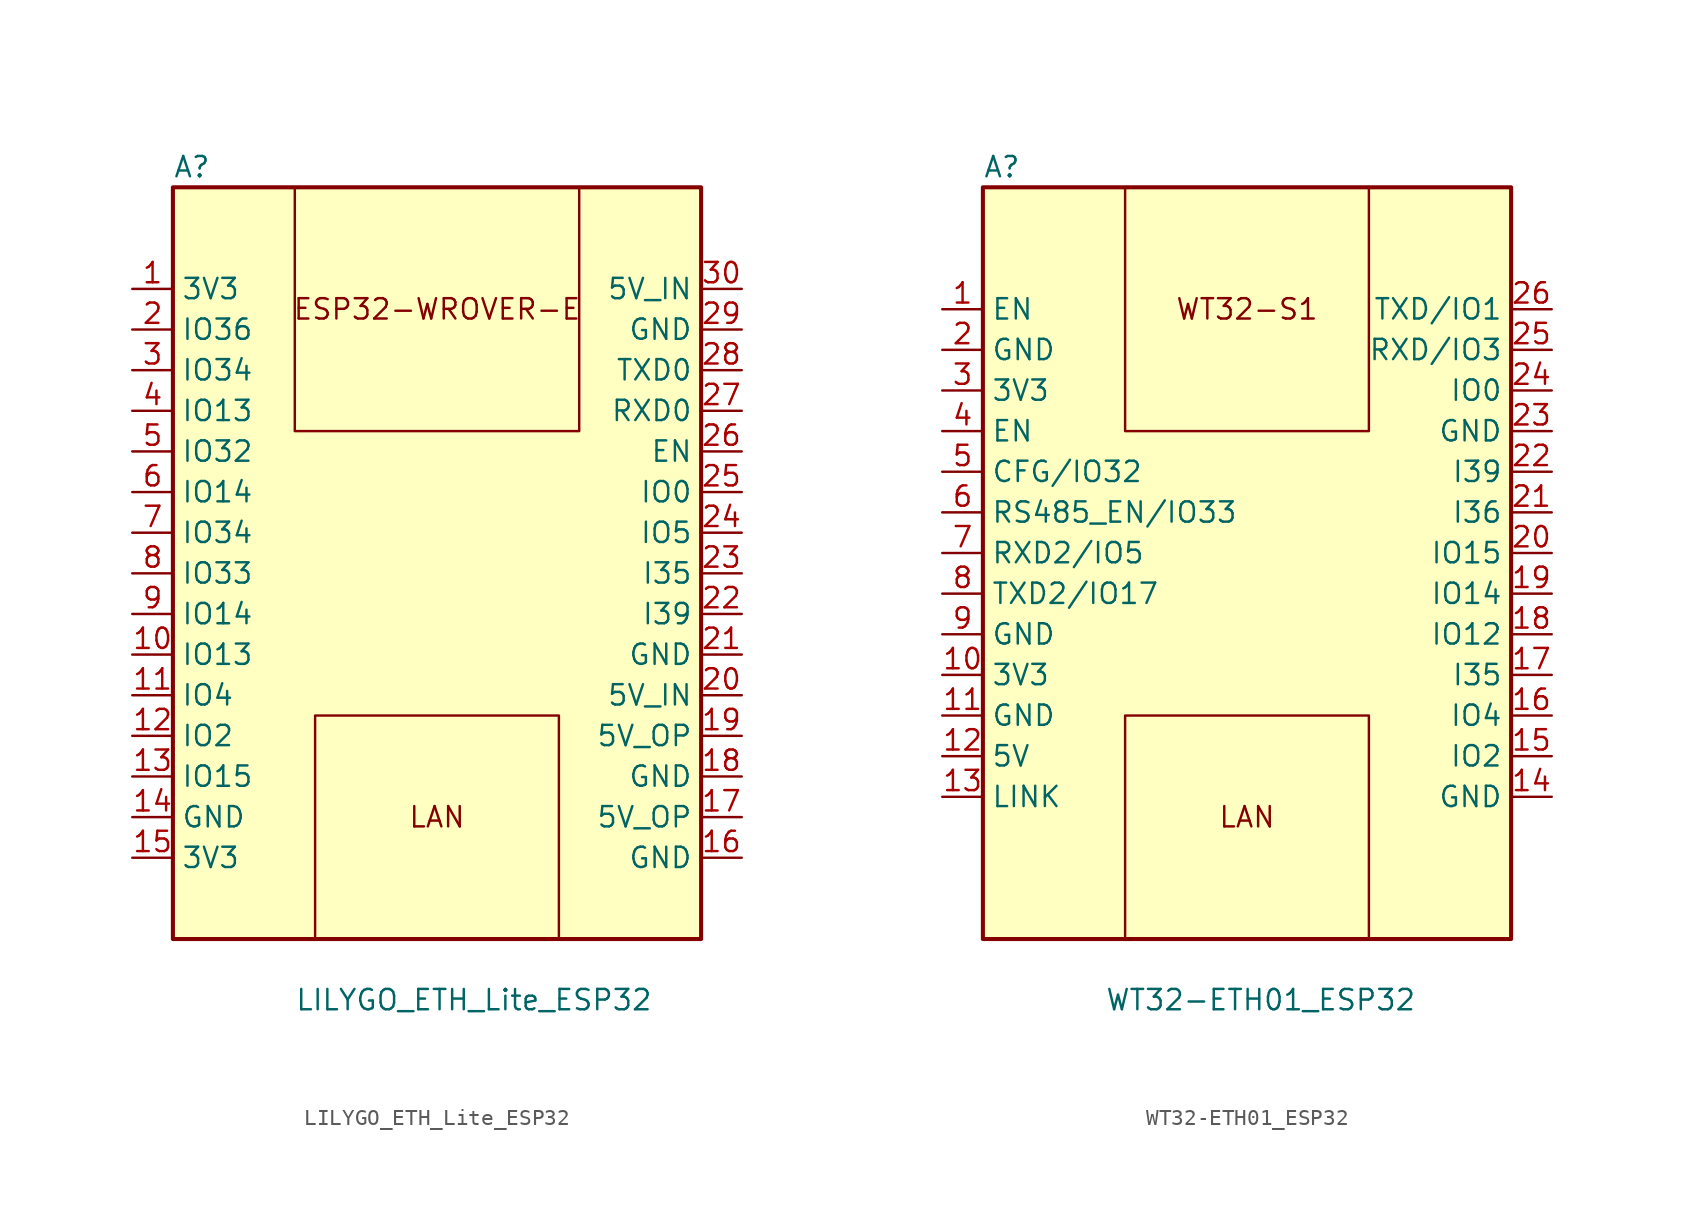
<source format=kicad_sym>
(kicad_symbol_lib
  (version 20220914)
  (generator kicad_symbol_editor)
  (symbol "LILYGO_ETH_Lite_ESP32"
    (property "Reference" "A"
      (at -10.16 29.21 0)
      (effects (font (size 1.27 1.27)) (justify left)))
    (property "Value" "LILYGO_ETH_Lite_ESP32"
      (at -2.54 -22.86 0)
      (effects (font (size 1.27 1.27)) (justify left)))
    (symbol "LILYGO_ETH_Lite_ESP32_0_1"
      (rectangle (start -10.16 27.94) (end 22.86 -19.05) (stroke (width 0.254) (type default)) (fill (type background)))
      (polyline (pts (xy -2.54 27.94) (xy -2.54 12.7) (xy 15.24 12.7) (xy 15.24 27.94)) (stroke (width 0) (type default)) (fill (type none)))
      (polyline (pts (xy -1.27 -19.05) (xy -1.27 -5.08) (xy 13.97 -5.08) (xy 13.97 -19.05)) (stroke (width 0) (type default)) (fill (type none))))
    (symbol "LILYGO_ETH_Lite_ESP32_1_1"
      (text "ESP32-WROVER-E" (at 6.35 20.32 0) (effects (font (size 1.27 1.27))))
      (text "LAN" (at 6.35 -11.43 0) (effects (font (size 1.27 1.27))))
      (pin power_in line (at -12.7 21.59 0) (length 2.54) (name "3V3" (effects (font (size 1.27 1.27)))) (number "1" (effects (font (size 1.27 1.27)))))
      (pin bidirectional line (at -12.7 -1.27 0) (length 2.54) (name "IO13" (effects (font (size 1.27 1.27)))) (number "10" (effects (font (size 1.27 1.27)))))
      (pin bidirectional line (at -12.7 -3.81 0) (length 2.54) (name "IO4" (effects (font (size 1.27 1.27)))) (number "11" (effects (font (size 1.27 1.27)))))
      (pin bidirectional line (at -12.7 -6.35 0) (length 2.54) (name "IO2" (effects (font (size 1.27 1.27)))) (number "12" (effects (font (size 1.27 1.27)))))
      (pin bidirectional line (at -12.7 -8.89 0) (length 2.54) (name "IO15" (effects (font (size 1.27 1.27)))) (number "13" (effects (font (size 1.27 1.27)))))
      (pin power_in line (at -12.7 -11.43 0) (length 2.54) (name "GND" (effects (font (size 1.27 1.27)))) (number "14" (effects (font (size 1.27 1.27)))))
      (pin power_in line (at -12.7 -13.97 0) (length 2.54) (name "3V3" (effects (font (size 1.27 1.27)))) (number "15" (effects (font (size 1.27 1.27)))))
      (pin power_in line (at 25.4 -13.97 180) (length 2.54) (name "GND" (effects (font (size 1.27 1.27)))) (number "16" (effects (font (size 1.27 1.27)))))
      (pin power_in line (at 25.4 -11.43 180) (length 2.54) (name "5V_OP" (effects (font (size 1.27 1.27)))) (number "17" (effects (font (size 1.27 1.27)))))
      (pin power_in line (at 25.4 -8.89 180) (length 2.54) (name "GND" (effects (font (size 1.27 1.27)))) (number "18" (effects (font (size 1.27 1.27)))))
      (pin power_in line (at 25.4 -6.35 180) (length 2.54) (name "5V_OP" (effects (font (size 1.27 1.27)))) (number "19" (effects (font (size 1.27 1.27)))))
      (pin input line (at -12.7 19.05 0) (length 2.54) (name "IO36" (effects (font (size 1.27 1.27)))) (number "2" (effects (font (size 1.27 1.27)))))
      (pin power_in line (at 25.4 -3.81 180) (length 2.54) (name "5V_IN" (effects (font (size 1.27 1.27)))) (number "20" (effects (font (size 1.27 1.27)))))
      (pin power_in line (at 25.4 -1.27 180) (length 2.54) (name "GND" (effects (font (size 1.27 1.27)))) (number "21" (effects (font (size 1.27 1.27)))))
      (pin input line (at 25.4 1.27 180) (length 2.54) (name "I39" (effects (font (size 1.27 1.27)))) (number "22" (effects (font (size 1.27 1.27)))))
      (pin input line (at 25.4 3.81 180) (length 2.54) (name "I35" (effects (font (size 1.27 1.27)))) (number "23" (effects (font (size 1.27 1.27)))))
      (pin bidirectional line (at 25.4 6.35 180) (length 2.54) (name "IO5" (effects (font (size 1.27 1.27)))) (number "24" (effects (font (size 1.27 1.27)))))
      (pin bidirectional line (at 25.4 8.89 180) (length 2.54) (name "IO0" (effects (font (size 1.27 1.27)))) (number "25" (effects (font (size 1.27 1.27)))))
      (pin input line (at 25.4 11.43 180) (length 2.54) (name "EN" (effects (font (size 1.27 1.27)))) (number "26" (effects (font (size 1.27 1.27)))))
      (pin bidirectional line (at 25.4 13.97 180) (length 2.54) (name "RXD0" (effects (font (size 1.27 1.27)))) (number "27" (effects (font (size 1.27 1.27)))))
      (pin bidirectional line (at 25.4 16.51 180) (length 2.54) (name "TXD0" (effects (font (size 1.27 1.27)))) (number "28" (effects (font (size 1.27 1.27)))))
      (pin power_in line (at 25.4 19.05 180) (length 2.54) (name "GND" (effects (font (size 1.27 1.27)))) (number "29" (effects (font (size 1.27 1.27)))))
      (pin input line (at -12.7 16.51 0) (length 2.54) (name "IO34" (effects (font (size 1.27 1.27)))) (number "3" (effects (font (size 1.27 1.27)))))
      (pin power_in line (at 25.4 21.59 180) (length 2.54) (name "5V_IN" (effects (font (size 1.27 1.27)))) (number "30" (effects (font (size 1.27 1.27)))))
      (pin bidirectional line (at -12.7 13.97 0) (length 2.54) (name "IO13" (effects (font (size 1.27 1.27)))) (number "4" (effects (font (size 1.27 1.27)))))
      (pin bidirectional line (at -12.7 11.43 0) (length 2.54) (name "IO32" (effects (font (size 1.27 1.27)))) (number "5" (effects (font (size 1.27 1.27)))))
      (pin bidirectional line (at -12.7 8.89 0) (length 2.54) (name "IO14" (effects (font (size 1.27 1.27)))) (number "6" (effects (font (size 1.27 1.27)))))
      (pin input line (at -12.7 6.35 0) (length 2.54) (name "IO34" (effects (font (size 1.27 1.27)))) (number "7" (effects (font (size 1.27 1.27)))))
      (pin bidirectional line (at -12.7 3.81 0) (length 2.54) (name "IO33" (effects (font (size 1.27 1.27)))) (number "8" (effects (font (size 1.27 1.27)))))
      (pin bidirectional line (at -12.7 1.27 0) (length 2.54) (name "IO14" (effects (font (size 1.27 1.27)))) (number "9" (effects (font (size 1.27 1.27)))))))
  (symbol "WT32-ETH01_ESP32"
    (property "Reference" "A"
      (at -10.16 29.21 0)
      (effects (font (size 1.27 1.27)) (justify left)))
    (property "Value" "WT32-ETH01_ESP32"
      (at -2.54 -22.86 0)
      (effects (font (size 1.27 1.27)) (justify left)))
    (symbol "WT32-ETH01_ESP32_0_1"
      (rectangle (start -10.16 27.94) (end 22.86 -19.05) (stroke (width 0.254) (type default)) (fill (type background)))
      (polyline (pts (xy -1.27 -19.05) (xy -1.27 -5.08) (xy 13.97 -5.08) (xy 13.97 -19.05)) (stroke (width 0) (type default)) (fill (type none)))
      (polyline (pts (xy -1.27 27.94) (xy -1.27 12.7) (xy 13.97 12.7) (xy 13.97 27.94)) (stroke (width 0) (type default)) (fill (type none))))
    (symbol "WT32-ETH01_ESP32_1_1"
      (text "LAN" (at 6.35 -11.43 0) (effects (font (size 1.27 1.27))))
      (text "WT32-S1" (at 6.35 20.32 0) (effects (font (size 1.27 1.27))))
      (pin input line (at -12.7 20.32 0) (length 2.54) (name "EN" (effects (font (size 1.27 1.27)))) (number "1" (effects (font (size 1.27 1.27)))))
      (pin power_in line (at -12.7 -2.54 0) (length 2.54) (name "3V3" (effects (font (size 1.27 1.27)))) (number "10" (effects (font (size 1.27 1.27)))))
      (pin power_in line (at -12.7 -5.08 0) (length 2.54) (name "GND" (effects (font (size 1.27 1.27)))) (number "11" (effects (font (size 1.27 1.27)))))
      (pin power_in line (at -12.7 -7.62 0) (length 2.54) (name "5V" (effects (font (size 1.27 1.27)))) (number "12" (effects (font (size 1.27 1.27)))))
      (pin output line (at -12.7 -10.16 0) (length 2.54) (name "LINK" (effects (font (size 1.27 1.27)))) (number "13" (effects (font (size 1.27 1.27)))))
      (pin power_in line (at 25.4 -10.16 180) (length 2.54) (name "GND" (effects (font (size 1.27 1.27)))) (number "14" (effects (font (size 1.27 1.27)))))
      (pin bidirectional line (at 25.4 -7.62 180) (length 2.54) (name "IO2" (effects (font (size 1.27 1.27)))) (number "15" (effects (font (size 1.27 1.27)))))
      (pin bidirectional line (at 25.4 -5.08 180) (length 2.54) (name "IO4" (effects (font (size 1.27 1.27)))) (number "16" (effects (font (size 1.27 1.27)))))
      (pin input line (at 25.4 -2.54 180) (length 2.54) (name "I35" (effects (font (size 1.27 1.27)))) (number "17" (effects (font (size 1.27 1.27)))))
      (pin bidirectional line (at 25.4 0 180) (length 2.54) (name "IO12" (effects (font (size 1.27 1.27)))) (number "18" (effects (font (size 1.27 1.27)))))
      (pin bidirectional line (at 25.4 2.54 180) (length 2.54) (name "IO14" (effects (font (size 1.27 1.27)))) (number "19" (effects (font (size 1.27 1.27)))))
      (pin power_in line (at -12.7 17.78 0) (length 2.54) (name "GND" (effects (font (size 1.27 1.27)))) (number "2" (effects (font (size 1.27 1.27)))))
      (pin bidirectional line (at 25.4 5.08 180) (length 2.54) (name "IO15" (effects (font (size 1.27 1.27)))) (number "20" (effects (font (size 1.27 1.27)))))
      (pin input line (at 25.4 7.62 180) (length 2.54) (name "I36" (effects (font (size 1.27 1.27)))) (number "21" (effects (font (size 1.27 1.27)))))
      (pin input line (at 25.4 10.16 180) (length 2.54) (name "I39" (effects (font (size 1.27 1.27)))) (number "22" (effects (font (size 1.27 1.27)))))
      (pin power_in line (at 25.4 12.7 180) (length 2.54) (name "GND" (effects (font (size 1.27 1.27)))) (number "23" (effects (font (size 1.27 1.27)))))
      (pin bidirectional line (at 25.4 15.24 180) (length 2.54) (name "IO0" (effects (font (size 1.27 1.27)))) (number "24" (effects (font (size 1.27 1.27)))))
      (pin bidirectional line (at 25.4 17.78 180) (length 2.54) (name "RXD/IO3" (effects (font (size 1.27 1.27)))) (number "25" (effects (font (size 1.27 1.27)))))
      (pin bidirectional line (at 25.4 20.32 180) (length 2.54) (name "TXD/IO1" (effects (font (size 1.27 1.27)))) (number "26" (effects (font (size 1.27 1.27)))))
      (pin power_in line (at -12.7 15.24 0) (length 2.54) (name "3V3" (effects (font (size 1.27 1.27)))) (number "3" (effects (font (size 1.27 1.27)))))
      (pin input line (at -12.7 12.7 0) (length 2.54) (name "EN" (effects (font (size 1.27 1.27)))) (number "4" (effects (font (size 1.27 1.27)))))
      (pin bidirectional line (at -12.7 10.16 0) (length 2.54) (name "CFG/IO32" (effects (font (size 1.27 1.27)))) (number "5" (effects (font (size 1.27 1.27)))))
      (pin bidirectional line (at -12.7 7.62 0) (length 2.54) (name "RS485_EN/IO33" (effects (font (size 1.27 1.27)))) (number "6" (effects (font (size 1.27 1.27)))))
      (pin bidirectional line (at -12.7 5.08 0) (length 2.54) (name "RXD2/IO5" (effects (font (size 1.27 1.27)))) (number "7" (effects (font (size 1.27 1.27)))))
      (pin bidirectional line (at -12.7 2.54 0) (length 2.54) (name "TXD2/IO17" (effects (font (size 1.27 1.27)))) (number "8" (effects (font (size 1.27 1.27)))))
      (pin power_in line (at -12.7 0 0) (length 2.54) (name "GND" (effects (font (size 1.27 1.27)))) (number "9" (effects (font (size 1.27 1.27))))))))
</source>
